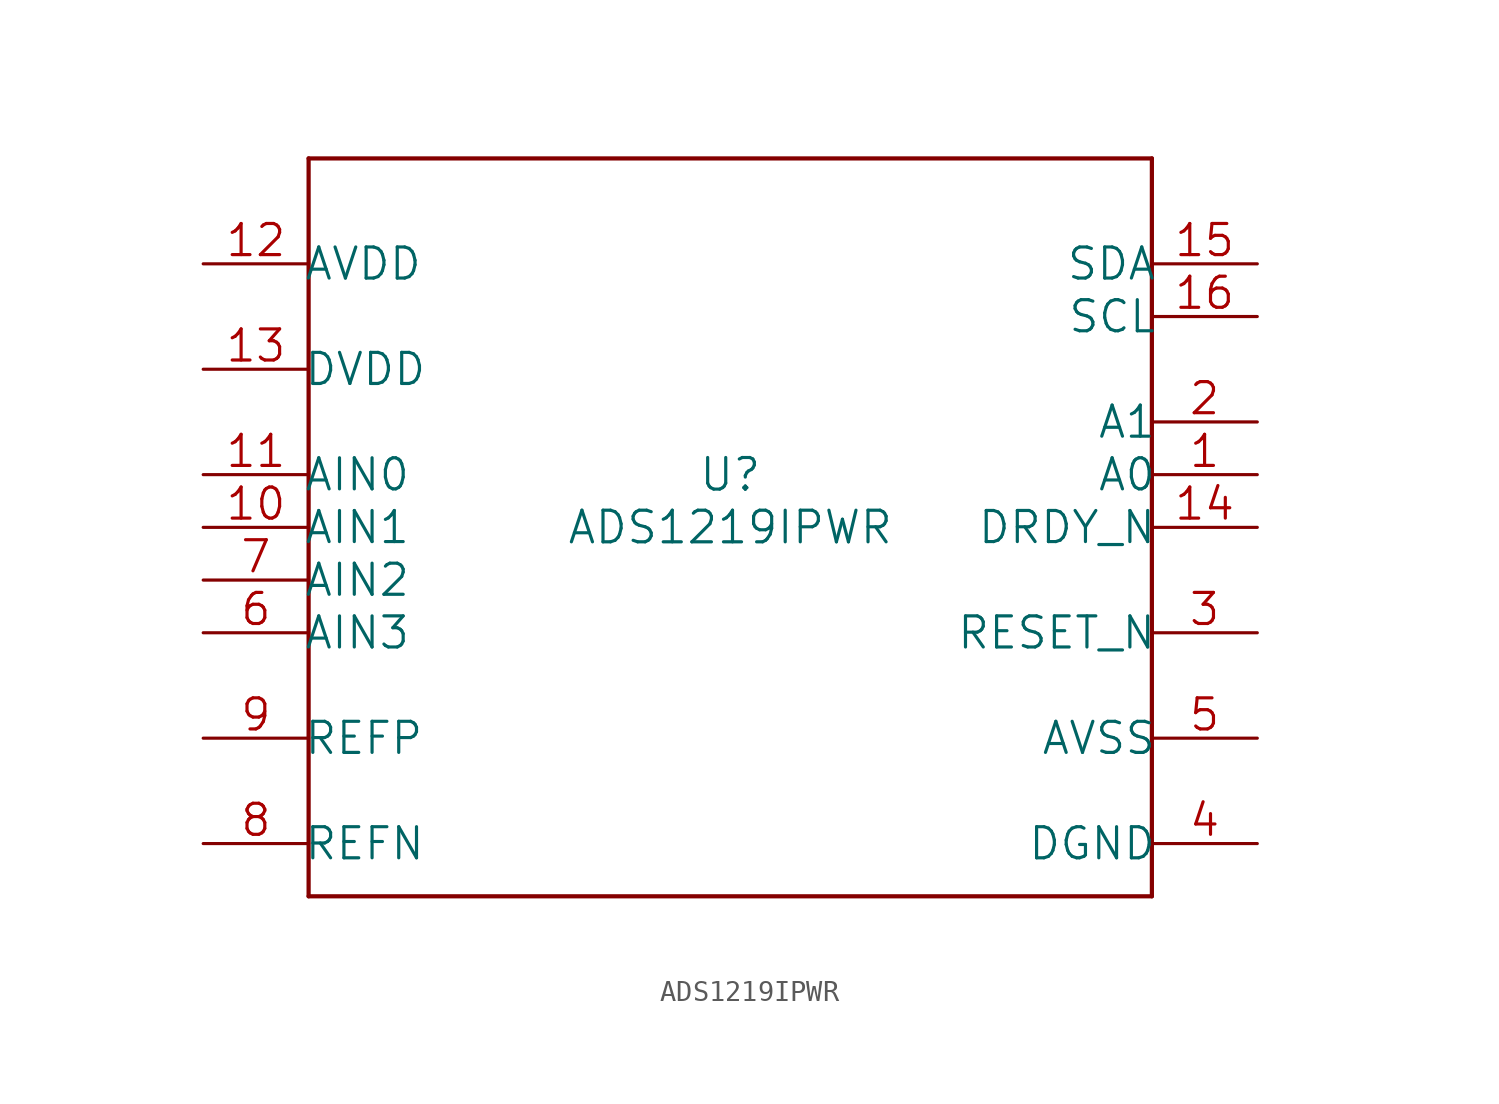
<source format=kicad_sym>
(kicad_symbol_lib
  (version 20211014)
  (generator kicad_symbol_editor)
  (symbol "ADS1219IPWR"
    (pin_names
      (offset -0.254))
    (property "Reference" "U"
      (at 0 2.54 0)
      (effects (font (size 1.524 1.524))))
    (property "Value" "ADS1219IPWR"
      (at 0 0 0)
      (effects (font (size 1.524 1.524))))
    (property "Datasheet" ""
      (at 0 0 0)
      (effects (font (size 1.524 1.524))))
    (property "ki_locked" ""
      (at 0 0 0)
      (effects (font (size 1.27 1.27))))
    (symbol "ADS1219IPWR_1_1"
      (polyline (pts (xy -20.32 -17.78) (xy 20.32 -17.78)) (stroke (width 0.203) (type default) (color 0 0 0 0)) (fill (type none)))
      (polyline (pts (xy -20.32 17.78) (xy -20.32 -17.78)) (stroke (width 0.203) (type default) (color 0 0 0 0)) (fill (type none)))
      (polyline (pts (xy 20.32 -17.78) (xy 20.32 17.78)) (stroke (width 0.203) (type default) (color 0 0 0 0)) (fill (type none)))
      (polyline (pts (xy 20.32 17.78) (xy -20.32 17.78)) (stroke (width 0.203) (type default) (color 0 0 0 0)) (fill (type none)))
      (pin input line (at 25.4 2.54 180) (length 5.08) (name "A0" (effects (font (size 1.499 1.499)))) (number "1" (effects (font (size 1.499 1.499)))))
      (pin input line (at -25.4 0 0) (length 5.08) (name "AIN1" (effects (font (size 1.499 1.499)))) (number "10" (effects (font (size 1.499 1.499)))))
      (pin input line (at -25.4 2.54 0) (length 5.08) (name "AIN0" (effects (font (size 1.499 1.499)))) (number "11" (effects (font (size 1.499 1.499)))))
      (pin power_in line (at -25.4 12.7 0) (length 5.08) (name "AVDD" (effects (font (size 1.499 1.499)))) (number "12" (effects (font (size 1.499 1.499)))))
      (pin power_in line (at -25.4 7.62 0) (length 5.08) (name "DVDD" (effects (font (size 1.499 1.499)))) (number "13" (effects (font (size 1.499 1.499)))))
      (pin output line (at 25.4 0 180) (length 5.08) (name "DRDY_N" (effects (font (size 1.499 1.499)))) (number "14" (effects (font (size 1.499 1.499)))))
      (pin bidirectional line (at 25.4 12.7 180) (length 5.08) (name "SDA" (effects (font (size 1.499 1.499)))) (number "15" (effects (font (size 1.499 1.499)))))
      (pin input line (at 25.4 10.16 180) (length 5.08) (name "SCL" (effects (font (size 1.499 1.499)))) (number "16" (effects (font (size 1.499 1.499)))))
      (pin input line (at 25.4 5.08 180) (length 5.08) (name "A1" (effects (font (size 1.499 1.499)))) (number "2" (effects (font (size 1.499 1.499)))))
      (pin input line (at 25.4 -5.08 180) (length 5.08) (name "RESET_N" (effects (font (size 1.499 1.499)))) (number "3" (effects (font (size 1.499 1.499)))))
      (pin power_in line (at 25.4 -15.24 180) (length 5.08) (name "DGND" (effects (font (size 1.499 1.499)))) (number "4" (effects (font (size 1.499 1.499)))))
      (pin power_in line (at 25.4 -10.16 180) (length 5.08) (name "AVSS" (effects (font (size 1.499 1.499)))) (number "5" (effects (font (size 1.499 1.499)))))
      (pin input line (at -25.4 -5.08 0) (length 5.08) (name "AIN3" (effects (font (size 1.499 1.499)))) (number "6" (effects (font (size 1.499 1.499)))))
      (pin input line (at -25.4 -2.54 0) (length 5.08) (name "AIN2" (effects (font (size 1.499 1.499)))) (number "7" (effects (font (size 1.499 1.499)))))
      (pin input line (at -25.4 -15.24 0) (length 5.08) (name "REFN" (effects (font (size 1.499 1.499)))) (number "8" (effects (font (size 1.499 1.499)))))
      (pin input line (at -25.4 -10.16 0) (length 5.08) (name "REFP" (effects (font (size 1.499 1.499)))) (number "9" (effects (font (size 1.499 1.499))))))))
</source>
